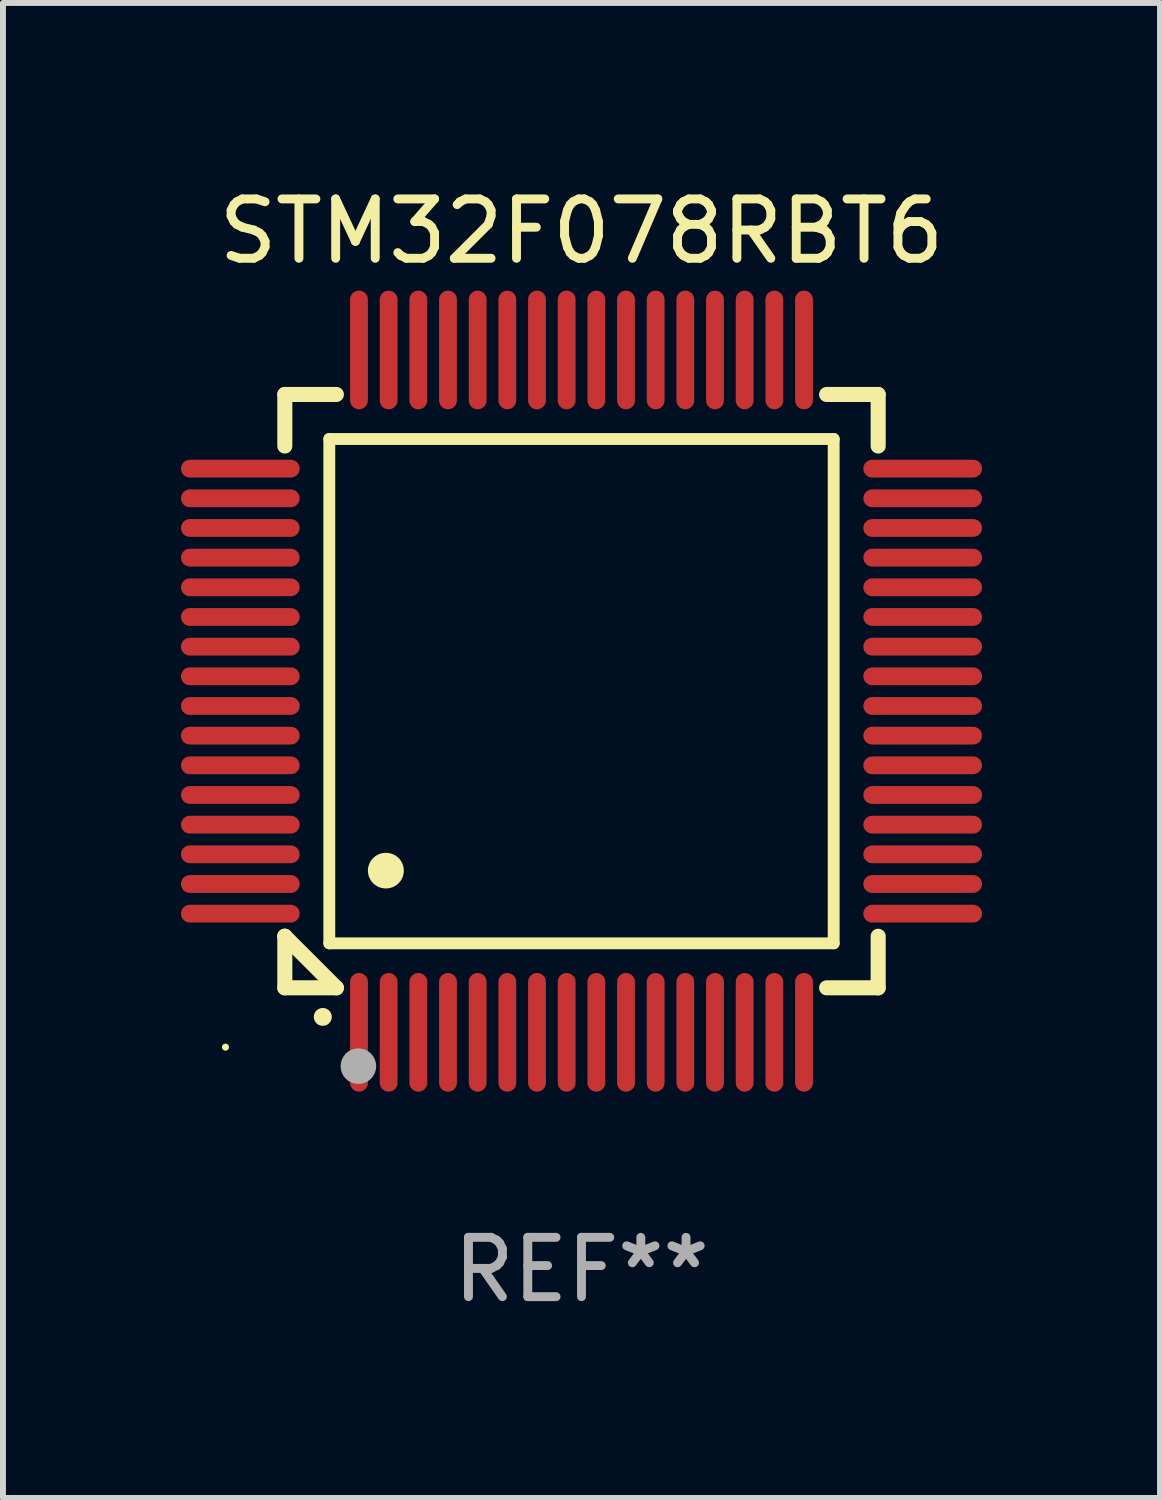
<source format=kicad_pcb>
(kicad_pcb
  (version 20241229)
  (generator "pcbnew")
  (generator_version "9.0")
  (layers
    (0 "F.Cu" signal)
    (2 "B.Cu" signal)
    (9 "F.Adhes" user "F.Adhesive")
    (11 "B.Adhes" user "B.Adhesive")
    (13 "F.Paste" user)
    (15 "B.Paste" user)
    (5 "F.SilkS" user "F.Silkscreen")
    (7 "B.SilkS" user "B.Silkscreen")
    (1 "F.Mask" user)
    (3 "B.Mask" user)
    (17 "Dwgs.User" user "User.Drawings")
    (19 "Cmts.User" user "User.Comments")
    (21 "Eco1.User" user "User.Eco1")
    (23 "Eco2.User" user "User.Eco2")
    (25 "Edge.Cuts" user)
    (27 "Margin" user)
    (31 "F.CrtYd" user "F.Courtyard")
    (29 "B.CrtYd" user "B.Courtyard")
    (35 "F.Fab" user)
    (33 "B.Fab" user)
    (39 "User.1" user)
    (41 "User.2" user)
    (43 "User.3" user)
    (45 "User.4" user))
  (footprint "STM32F078RBT6"
    (layer "F.Cu")
    (at 6.75 8.598)
    (property "Reference" "STM32F078RBT6" (at 0 -7.75 0) (layer "F.SilkS") (effects (font (size 1 1) (thickness 0.15))))
    (attr through_hole)
    (fp_line (start -5 -5) (end -4.131 -5) (stroke (width 0.254) (type solid)) (layer "F.SilkS"))
    (fp_line (start -5 -4.131) (end -5 -5) (stroke (width 0.254) (type solid)) (layer "F.SilkS"))
    (fp_line (start -5 4.131) (end -5 4.131) (stroke (width 0.254) (type solid)) (layer "F.SilkS"))
    (fp_line (start -5 5) (end -5 4.131) (stroke (width 0.254) (type solid)) (layer "F.SilkS"))
    (fp_line (start -5 4.131) (end -4.131 5) (stroke (width 0.254) (type solid)) (layer "F.SilkS"))
    (fp_line (start -4.25 -4.25) (end -4.25 4.25) (stroke (width 0.2) (type solid)) (layer "F.SilkS"))
    (fp_line (start -4.25 4.25) (end 4.25 4.25) (stroke (width 0.2) (type solid)) (layer "F.SilkS"))
    (fp_line (start -4.131 5) (end -5 5) (stroke (width 0.254) (type solid)) (layer "F.SilkS"))
    (fp_line (start 4.25 -4.25) (end -4.25 -4.25) (stroke (width 0.2) (type solid)) (layer "F.SilkS"))
    (fp_line (start 4.25 4.25) (end 4.25 -4.25) (stroke (width 0.2) (type solid)) (layer "F.SilkS"))
    (fp_line (start 5 -5) (end 4.131 -5) (stroke (width 0.254) (type solid)) (layer "F.SilkS"))
    (fp_line (start 5 -5) (end 5 -4.131) (stroke (width 0.254) (type solid)) (layer "F.SilkS"))
    (fp_line (start 5 4.131) (end 5 5) (stroke (width 0.254) (type solid)) (layer "F.SilkS"))
    (fp_line (start 5 5) (end 4.131 5) (stroke (width 0.254) (type solid)) (layer "F.SilkS"))
    (fp_arc (start -4.361265 5.489992) (mid -4.359995 5.489987) (end -4.358725 5.489992) (stroke (width 0.3) (type solid)) (layer "F.SilkS"))
    (fp_arc (start -3.299467 3.025146) (mid -3.296927 3.025135) (end -3.294387 3.025146) (stroke (width 0.6) (type solid)) (layer "F.SilkS"))
    (fp_circle (center -6 6) (end -5.97 6) (stroke (width 0.06) (type solid)) (fill no) (layer "F.SilkS"))
    (fp_circle (center -3.76 6.32) (end -3.61 6.32) (stroke (width 0.3) (type solid)) (fill no) (layer "F.Fab"))
    (fp_text user "REF**" (at 0 9.75 0) (layer "F.Fab") (effects (font (size 1 1) (thickness 0.15))))
    (pad "1" smd oval (at -3.75 5.75) (size 0.3 2) (layers "F.Cu" "F.Mask" "F.Paste"))
    (pad "2" smd oval (at -3.25 5.75) (size 0.3 2) (layers "F.Cu" "F.Mask" "F.Paste"))
    (pad "3" smd oval (at -2.75 5.75) (size 0.3 2) (layers "F.Cu" "F.Mask" "F.Paste"))
    (pad "4" smd oval (at -2.25 5.75) (size 0.3 2) (layers "F.Cu" "F.Mask" "F.Paste"))
    (pad "5" smd oval (at -1.75 5.75) (size 0.3 2) (layers "F.Cu" "F.Mask" "F.Paste"))
    (pad "6" smd oval (at -1.25 5.75) (size 0.3 2) (layers "F.Cu" "F.Mask" "F.Paste"))
    (pad "7" smd oval (at -0.75 5.75) (size 0.3 2) (layers "F.Cu" "F.Mask" "F.Paste"))
    (pad "8" smd oval (at -0.25 5.75) (size 0.3 2) (layers "F.Cu" "F.Mask" "F.Paste"))
    (pad "9" smd oval (at 0.25 5.75) (size 0.3 2) (layers "F.Cu" "F.Mask" "F.Paste"))
    (pad "10" smd oval (at 0.75 5.75) (size 0.3 2) (layers "F.Cu" "F.Mask" "F.Paste"))
    (pad "11" smd oval (at 1.25 5.75) (size 0.3 2) (layers "F.Cu" "F.Mask" "F.Paste"))
    (pad "12" smd oval (at 1.75 5.75) (size 0.3 2) (layers "F.Cu" "F.Mask" "F.Paste"))
    (pad "13" smd oval (at 2.25 5.75) (size 0.3 2) (layers "F.Cu" "F.Mask" "F.Paste"))
    (pad "14" smd oval (at 2.75 5.75) (size 0.3 2) (layers "F.Cu" "F.Mask" "F.Paste"))
    (pad "15" smd oval (at 3.25 5.75) (size 0.3 2) (layers "F.Cu" "F.Mask" "F.Paste"))
    (pad "16" smd oval (at 3.75 5.75) (size 0.3 2) (layers "F.Cu" "F.Mask" "F.Paste"))
    (pad "17" smd oval (at 5.75 3.75) (size 2 0.3) (layers "F.Cu" "F.Mask" "F.Paste"))
    (pad "18" smd oval (at 5.75 3.25) (size 2 0.3) (layers "F.Cu" "F.Mask" "F.Paste"))
    (pad "19" smd oval (at 5.75 2.75) (size 2 0.3) (layers "F.Cu" "F.Mask" "F.Paste"))
    (pad "20" smd oval (at 5.75 2.25) (size 2 0.3) (layers "F.Cu" "F.Mask" "F.Paste"))
    (pad "21" smd oval (at 5.75 1.75) (size 2 0.3) (layers "F.Cu" "F.Mask" "F.Paste"))
    (pad "22" smd oval (at 5.75 1.25) (size 2 0.3) (layers "F.Cu" "F.Mask" "F.Paste"))
    (pad "23" smd oval (at 5.75 0.75) (size 2 0.3) (layers "F.Cu" "F.Mask" "F.Paste"))
    (pad "24" smd oval (at 5.75 0.25) (size 2 0.3) (layers "F.Cu" "F.Mask" "F.Paste"))
    (pad "25" smd oval (at 5.75 -0.25) (size 2 0.3) (layers "F.Cu" "F.Mask" "F.Paste"))
    (pad "26" smd oval (at 5.75 -0.75) (size 2 0.3) (layers "F.Cu" "F.Mask" "F.Paste"))
    (pad "27" smd oval (at 5.75 -1.25) (size 2 0.3) (layers "F.Cu" "F.Mask" "F.Paste"))
    (pad "28" smd oval (at 5.75 -1.75) (size 2 0.3) (layers "F.Cu" "F.Mask" "F.Paste"))
    (pad "29" smd oval (at 5.75 -2.25) (size 2 0.3) (layers "F.Cu" "F.Mask" "F.Paste"))
    (pad "30" smd oval (at 5.75 -2.75) (size 2 0.3) (layers "F.Cu" "F.Mask" "F.Paste"))
    (pad "31" smd oval (at 5.75 -3.25) (size 2 0.3) (layers "F.Cu" "F.Mask" "F.Paste"))
    (pad "32" smd oval (at 5.75 -3.75) (size 2 0.3) (layers "F.Cu" "F.Mask" "F.Paste"))
    (pad "33" smd oval (at 3.75 -5.75) (size 0.3 2) (layers "F.Cu" "F.Mask" "F.Paste"))
    (pad "34" smd oval (at 3.25 -5.75) (size 0.3 2) (layers "F.Cu" "F.Mask" "F.Paste"))
    (pad "35" smd oval (at 2.75 -5.75) (size 0.3 2) (layers "F.Cu" "F.Mask" "F.Paste"))
    (pad "36" smd oval (at 2.25 -5.75) (size 0.3 2) (layers "F.Cu" "F.Mask" "F.Paste"))
    (pad "37" smd oval (at 1.75 -5.75) (size 0.3 2) (layers "F.Cu" "F.Mask" "F.Paste"))
    (pad "38" smd oval (at 1.25 -5.75) (size 0.3 2) (layers "F.Cu" "F.Mask" "F.Paste"))
    (pad "39" smd oval (at 0.75 -5.75) (size 0.3 2) (layers "F.Cu" "F.Mask" "F.Paste"))
    (pad "40" smd oval (at 0.25 -5.75) (size 0.3 2) (layers "F.Cu" "F.Mask" "F.Paste"))
    (pad "41" smd oval (at -0.25 -5.75) (size 0.3 2) (layers "F.Cu" "F.Mask" "F.Paste"))
    (pad "42" smd oval (at -0.75 -5.75) (size 0.3 2) (layers "F.Cu" "F.Mask" "F.Paste"))
    (pad "43" smd oval (at -1.25 -5.75) (size 0.3 2) (layers "F.Cu" "F.Mask" "F.Paste"))
    (pad "44" smd oval (at -1.75 -5.75) (size 0.3 2) (layers "F.Cu" "F.Mask" "F.Paste"))
    (pad "45" smd oval (at -2.25 -5.75) (size 0.3 2) (layers "F.Cu" "F.Mask" "F.Paste"))
    (pad "46" smd oval (at -2.75 -5.75) (size 0.3 2) (layers "F.Cu" "F.Mask" "F.Paste"))
    (pad "47" smd oval (at -3.25 -5.75) (size 0.3 2) (layers "F.Cu" "F.Mask" "F.Paste"))
    (pad "48" smd oval (at -3.75 -5.75) (size 0.3 2) (layers "F.Cu" "F.Mask" "F.Paste"))
    (pad "49" smd oval (at -5.75 -3.75) (size 2 0.3) (layers "F.Cu" "F.Mask" "F.Paste"))
    (pad "50" smd oval (at -5.75 -3.25) (size 2 0.3) (layers "F.Cu" "F.Mask" "F.Paste"))
    (pad "51" smd oval (at -5.75 -2.75) (size 2 0.3) (layers "F.Cu" "F.Mask" "F.Paste"))
    (pad "52" smd oval (at -5.75 -2.25) (size 2 0.3) (layers "F.Cu" "F.Mask" "F.Paste"))
    (pad "53" smd oval (at -5.75 -1.75) (size 2 0.3) (layers "F.Cu" "F.Mask" "F.Paste"))
    (pad "54" smd oval (at -5.75 -1.25) (size 2 0.3) (layers "F.Cu" "F.Mask" "F.Paste"))
    (pad "55" smd oval (at -5.75 -0.75) (size 2 0.3) (layers "F.Cu" "F.Mask" "F.Paste"))
    (pad "56" smd oval (at -5.75 -0.25) (size 2 0.3) (layers "F.Cu" "F.Mask" "F.Paste"))
    (pad "57" smd oval (at -5.75 0.25) (size 2 0.3) (layers "F.Cu" "F.Mask" "F.Paste"))
    (pad "58" smd oval (at -5.75 0.75) (size 2 0.3) (layers "F.Cu" "F.Mask" "F.Paste"))
    (pad "59" smd oval (at -5.75 1.25) (size 2 0.3) (layers "F.Cu" "F.Mask" "F.Paste"))
    (pad "60" smd oval (at -5.75 1.75) (size 2 0.3) (layers "F.Cu" "F.Mask" "F.Paste"))
    (pad "61" smd oval (at -5.75 2.25) (size 2 0.3) (layers "F.Cu" "F.Mask" "F.Paste"))
    (pad "62" smd oval (at -5.75 2.75) (size 2 0.3) (layers "F.Cu" "F.Mask" "F.Paste"))
    (pad "63" smd oval (at -5.75 3.25) (size 2 0.3) (layers "F.Cu" "F.Mask" "F.Paste"))
    (pad "64" smd oval (at -5.75 3.75) (size 2 0.3) (layers "F.Cu" "F.Mask" "F.Paste")))
  (gr_rect
    (start -3 -3)
    (end 16.5 22.196)
    (stroke (width 0.1) (type default))
    (fill no)
    (layer "Edge.Cuts")))
</source>
